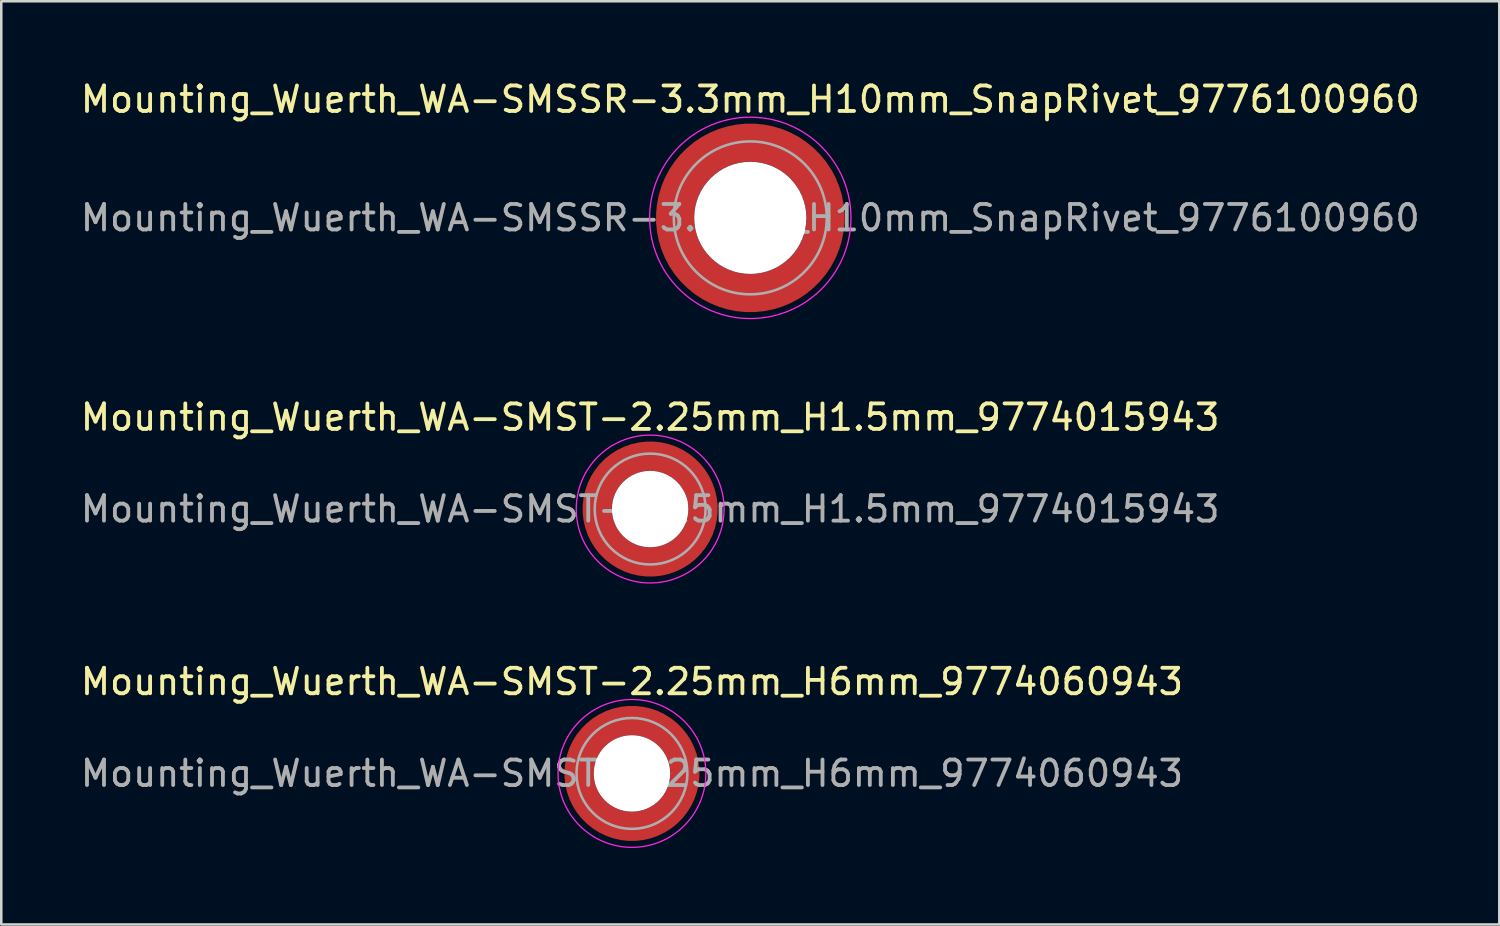
<source format=kicad_pcb>
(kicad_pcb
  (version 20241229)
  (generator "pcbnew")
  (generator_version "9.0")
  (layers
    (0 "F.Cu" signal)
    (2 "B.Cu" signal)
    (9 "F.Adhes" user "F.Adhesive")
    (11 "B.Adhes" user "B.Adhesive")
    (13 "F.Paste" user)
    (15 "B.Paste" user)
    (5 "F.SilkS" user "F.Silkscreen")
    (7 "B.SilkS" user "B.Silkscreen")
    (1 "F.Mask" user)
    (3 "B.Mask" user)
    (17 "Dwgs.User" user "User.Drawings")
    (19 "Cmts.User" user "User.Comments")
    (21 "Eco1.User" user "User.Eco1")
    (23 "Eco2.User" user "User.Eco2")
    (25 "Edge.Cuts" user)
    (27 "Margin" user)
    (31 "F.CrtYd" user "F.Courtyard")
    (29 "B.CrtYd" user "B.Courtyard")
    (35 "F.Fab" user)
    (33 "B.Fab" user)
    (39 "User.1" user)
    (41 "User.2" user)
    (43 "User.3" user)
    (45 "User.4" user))
  (footprint "Mounting_Wuerth_WA-SMST-2.25mm_H1.5mm_9774015943"
    (layer "F.Cu")
    (at 22.458 16.922)
    (property "Reference" "Mounting_Wuerth_WA-SMST-2.25mm_H1.5mm_9774015943" (at 0 -3.6 0) (layer "F.SilkS") (effects (font (size 1 1) (thickness 0.15))))
    (attr smd allow_soldermask_bridges)
    (fp_circle (center 0 0) (end 2.9 0) (stroke (width 0.05) (type solid)) (fill no) (layer "F.CrtYd"))
    (fp_circle (center 0 0) (end 2.175 0) (stroke (width 0.1) (type solid)) (fill no) (layer "F.Fab"))
    (fp_text user "${REFERENCE}" (at 0 0 0) (layer "F.Fab") (effects (font (size 1 1) (thickness 0.15))))
    (pad "" smd custom (at -1.453 -1.453) (size 0.505 0.505) (layers "F.Paste") (options (anchor circle)) (primitives (gr_arc (start -0.147677 1.053104) (mid 0.286378 0.286378) (end 1.053104 -0.147677) (width 0.2)) (gr_arc (start -0.240295 1.053104) (mid 0.222739 0.222739) (end 1.053104 -0.240295) (width 0.2)) (gr_arc (start -0.332645 1.053104) (mid 0.159099 0.159099) (end 1.053104 -0.332645) (width 0.2)) (gr_arc (start -0.424767 1.053104) (mid 0.095459 0.095459) (end 1.053104 -0.424767) (width 0.2)) (gr_arc (start -0.516693 1.053104) (mid 0.03182 0.03182) (end 1.053104 -0.516693) (width 0.2)) (gr_arc (start -0.608448 1.053104) (mid -0.03182 -0.03182) (end 1.053104 -0.608448) (width 0.2)) (gr_arc (start -0.700056 1.053104) (mid -0.095459 -0.095459) (end 1.053104 -0.700056) (width 0.2)) (gr_arc (start -0.791534 1.053104) (mid -0.159099 -0.159099) (end 1.053104 -0.791534) (width 0.2)) (gr_arc (start -0.882896 1.053104) (mid -0.222739 -0.222739) (end 1.053104 -0.882896) (width 0.2)) (gr_arc (start -0.974157 1.053104) (mid -0.286378 -0.286378) (end 1.053104 -0.974157) (width 0.2)) (gr_line (start 1.053 -0.148) (end 1.053 -0.974) (width 0.2)) (gr_line (start -0.148 1.053) (end -0.974 1.053) (width 0.2))))
    (pad "" smd custom (at -1.453 1.453) (size 0.505 0.505) (layers "F.Paste") (options (anchor circle)) (primitives (gr_arc (start 1.053104 0.147677) (mid 0.286378 -0.286378) (end -0.147677 -1.053104) (width 0.2)) (gr_arc (start 1.053104 0.240295) (mid 0.222739 -0.222739) (end -0.240295 -1.053104) (width 0.2)) (gr_arc (start 1.053104 0.332645) (mid 0.159099 -0.159099) (end -0.332645 -1.053104) (width 0.2)) (gr_arc (start 1.053104 0.424767) (mid 0.095459 -0.095459) (end -0.424767 -1.053104) (width 0.2)) (gr_arc (start 1.053104 0.516693) (mid 0.03182 -0.03182) (end -0.516693 -1.053104) (width 0.2)) (gr_arc (start 1.053104 0.608448) (mid -0.03182 0.03182) (end -0.608448 -1.053104) (width 0.2)) (gr_arc (start 1.053104 0.700056) (mid -0.095459 0.095459) (end -0.700056 -1.053104) (width 0.2)) (gr_arc (start 1.053104 0.791534) (mid -0.159099 0.159099) (end -0.791534 -1.053104) (width 0.2)) (gr_arc (start 1.053104 0.882896) (mid -0.222739 0.222739) (end -0.882896 -1.053104) (width 0.2)) (gr_arc (start 1.053104 0.974157) (mid -0.286378 0.286378) (end -0.974157 -1.053104) (width 0.2)) (gr_line (start -0.148 -1.053) (end -0.974 -1.053) (width 0.2)) (gr_line (start 1.053 0.148) (end 1.053 0.974) (width 0.2))))
    (pad "" np_thru_hole circle (at 0 0) (size 3 3) (drill 3) (layers "*.Cu" "*.Mask"))
    (pad "" smd custom (at 1.453 -1.453) (size 0.505 0.505) (layers "F.Paste") (options (anchor circle)) (primitives (gr_arc (start -1.053104 -0.147677) (mid -0.286378 0.286378) (end 0.147677 1.053104) (width 0.2)) (gr_arc (start -1.053104 -0.240295) (mid -0.222739 0.222739) (end 0.240295 1.053104) (width 0.2)) (gr_arc (start -1.053104 -0.332645) (mid -0.159099 0.159099) (end 0.332645 1.053104) (width 0.2)) (gr_arc (start -1.053104 -0.424767) (mid -0.095459 0.095459) (end 0.424767 1.053104) (width 0.2)) (gr_arc (start -1.053104 -0.516693) (mid -0.03182 0.03182) (end 0.516693 1.053104) (width 0.2)) (gr_arc (start -1.053104 -0.608448) (mid 0.03182 -0.03182) (end 0.608448 1.053104) (width 0.2)) (gr_arc (start -1.053104 -0.700056) (mid 0.095459 -0.095459) (end 0.700056 1.053104) (width 0.2)) (gr_arc (start -1.053104 -0.791534) (mid 0.159099 -0.159099) (end 0.791534 1.053104) (width 0.2)) (gr_arc (start -1.053104 -0.882896) (mid 0.222739 -0.222739) (end 0.882896 1.053104) (width 0.2)) (gr_arc (start -1.053104 -0.974157) (mid 0.286378 -0.286378) (end 0.974157 1.053104) (width 0.2)) (gr_line (start 0.148 1.053) (end 0.974 1.053) (width 0.2)) (gr_line (start -1.053 -0.148) (end -1.053 -0.974) (width 0.2))))
    (pad "" smd custom (at 1.453 1.453) (size 0.505 0.505) (layers "F.Paste") (options (anchor circle)) (primitives (gr_arc (start 0.147677 -1.053104) (mid -0.286378 -0.286378) (end -1.053104 0.147677) (width 0.2)) (gr_arc (start 0.240295 -1.053104) (mid -0.222739 -0.222739) (end -1.053104 0.240295) (width 0.2)) (gr_arc (start 0.332645 -1.053104) (mid -0.159099 -0.159099) (end -1.053104 0.332645) (width 0.2)) (gr_arc (start 0.424767 -1.053104) (mid -0.095459 -0.095459) (end -1.053104 0.424767) (width 0.2)) (gr_arc (start 0.516693 -1.053104) (mid -0.03182 -0.03182) (end -1.053104 0.516693) (width 0.2)) (gr_arc (start 0.608448 -1.053104) (mid 0.03182 0.03182) (end -1.053104 0.608448) (width 0.2)) (gr_arc (start 0.700056 -1.053104) (mid 0.095459 0.095459) (end -1.053104 0.700056) (width 0.2)) (gr_arc (start 0.791534 -1.053104) (mid 0.159099 0.159099) (end -1.053104 0.791534) (width 0.2)) (gr_arc (start 0.882896 -1.053104) (mid 0.222739 0.222739) (end -1.053104 0.882896) (width 0.2)) (gr_arc (start 0.974157 -1.053104) (mid 0.286378 0.286378) (end -1.053104 0.974157) (width 0.2)) (gr_line (start -1.053 0.148) (end -1.053 0.974) (width 0.2)) (gr_line (start 0.148 -1.053) (end 0.974 -1.053) (width 0.2))))
    (pad "1" smd circle (at -2.075 0) (size 0.642 0.642) (layers "F.Cu"))
    (pad "1" smd circle (at 0 -2.075) (size 0.642 0.642) (layers "F.Cu"))
    (pad "1" smd circle (at 0 2.075) (size 0.642 0.642) (layers "F.Cu"))
    (pad "1" smd custom (at 2.075 0) (size 1.15 1.15) (layers "F.Cu" "F.Mask") (options (anchor circle)) (primitives (gr_circle (center -2.075 0) (end 0 0) (width 1.15) (fill no)))))
  (footprint "Mounting_Wuerth_WA-SMSSR-3.3mm_H10mm_SnapRivet_9776100960"
    (layer "F.Cu")
    (at 26.387 5.498)
    (property "Reference" "Mounting_Wuerth_WA-SMSSR-3.3mm_H10mm_SnapRivet_9776100960" (at 0 -4.65 0) (layer "F.SilkS") (effects (font (size 1 1) (thickness 0.15))))
    (attr smd allow_soldermask_bridges)
    (fp_circle (center 0 0) (end 3.95 0) (stroke (width 0.05) (type solid)) (fill no) (layer "F.CrtYd"))
    (fp_circle (center 0 0) (end 3 0) (stroke (width 0.1) (type solid)) (fill no) (layer "F.Fab"))
    (fp_text user "${REFERENCE}" (at 0 0 0) (layer "F.Fab") (effects (font (size 1 1) (thickness 0.15))))
    (pad "" smd custom (at -2.077 -2.077) (size 0.698 0.698) (layers "F.Paste") (options (anchor circle)) (primitives (gr_arc (start -0.208831 1.577126) (mid 0.422496 0.422496) (end 1.577126 -0.208831) (width 0.2)) (gr_arc (start -0.310669 1.577126) (mid 0.35208 0.35208) (end 1.577126 -0.310669) (width 0.2)) (gr_arc (start -0.412325 1.577126) (mid 0.281664 0.281664) (end 1.577126 -0.412325) (width 0.2)) (gr_arc (start -0.51382 1.577126) (mid 0.211248 0.211248) (end 1.577126 -0.51382) (width 0.2)) (gr_arc (start -0.615172 1.577126) (mid 0.140832 0.140832) (end 1.577126 -0.615172) (width 0.2)) (gr_arc (start -0.716397 1.577126) (mid 0.070416 0.070416) (end 1.577126 -0.716397) (width 0.2)) (gr_arc (start -0.817508 1.577126) (mid 0 0) (end 1.577126 -0.817508) (width 0.2)) (gr_arc (start -0.918517 1.577126) (mid -0.070416 -0.070416) (end 1.577126 -0.918517) (width 0.2)) (gr_arc (start -1.019433 1.577126) (mid -0.140832 -0.140832) (end 1.577126 -1.019433) (width 0.2)) (gr_arc (start -1.120266 1.577126) (mid -0.211248 -0.211248) (end 1.577126 -1.120266) (width 0.2)) (gr_arc (start -1.221022 1.577126) (mid -0.281664 -0.281664) (end 1.577126 -1.221022) (width 0.2)) (gr_arc (start -1.32171 1.577126) (mid -0.35208 -0.35208) (end 1.577126 -1.32171) (width 0.2)) (gr_arc (start -1.422335 1.577126) (mid -0.422496 -0.422496) (end 1.577126 -1.422335) (width 0.2)) (gr_line (start 1.577 -0.209) (end 1.577 -1.422) (width 0.2)) (gr_line (start -0.209 1.577) (end -1.422 1.577) (width 0.2))))
    (pad "" smd custom (at -2.077 2.077) (size 0.698 0.698) (layers "F.Paste") (options (anchor circle)) (primitives (gr_arc (start 1.577126 0.208831) (mid 0.422496 -0.422496) (end -0.208831 -1.577126) (width 0.2)) (gr_arc (start 1.577126 0.310669) (mid 0.35208 -0.35208) (end -0.310669 -1.577126) (width 0.2)) (gr_arc (start 1.577126 0.412325) (mid 0.281664 -0.281664) (end -0.412325 -1.577126) (width 0.2)) (gr_arc (start 1.577126 0.51382) (mid 0.211248 -0.211248) (end -0.51382 -1.577126) (width 0.2)) (gr_arc (start 1.577126 0.615172) (mid 0.140832 -0.140832) (end -0.615172 -1.577126) (width 0.2)) (gr_arc (start 1.577126 0.716397) (mid 0.070416 -0.070416) (end -0.716397 -1.577126) (width 0.2)) (gr_arc (start 1.577126 0.817508) (mid 0 0) (end -0.817508 -1.577126) (width 0.2)) (gr_arc (start 1.577126 0.918517) (mid -0.070416 0.070416) (end -0.918517 -1.577126) (width 0.2)) (gr_arc (start 1.577126 1.019433) (mid -0.140832 0.140832) (end -1.019433 -1.577126) (width 0.2)) (gr_arc (start 1.577126 1.120266) (mid -0.211248 0.211248) (end -1.120266 -1.577126) (width 0.2)) (gr_arc (start 1.577126 1.221022) (mid -0.281664 0.281664) (end -1.221022 -1.577126) (width 0.2)) (gr_arc (start 1.577126 1.32171) (mid -0.35208 0.35208) (end -1.32171 -1.577126) (width 0.2)) (gr_arc (start 1.577126 1.422335) (mid -0.422496 0.422496) (end -1.422335 -1.577126) (width 0.2)) (gr_line (start -0.209 -1.577) (end -1.422 -1.577) (width 0.2)) (gr_line (start 1.577 0.209) (end 1.577 1.422) (width 0.2))))
    (pad "" np_thru_hole circle (at 0 0) (size 4.4 4.4) (drill 4.4) (layers "*.Cu" "*.Mask"))
    (pad "" smd custom (at 2.077 -2.077) (size 0.698 0.698) (layers "F.Paste") (options (anchor circle)) (primitives (gr_arc (start -1.577126 -0.208831) (mid -0.422496 0.422496) (end 0.208831 1.577126) (width 0.2)) (gr_arc (start -1.577126 -0.310669) (mid -0.35208 0.35208) (end 0.310669 1.577126) (width 0.2)) (gr_arc (start -1.577126 -0.412325) (mid -0.281664 0.281664) (end 0.412325 1.577126) (width 0.2)) (gr_arc (start -1.577126 -0.51382) (mid -0.211248 0.211248) (end 0.51382 1.577126) (width 0.2)) (gr_arc (start -1.577126 -0.615172) (mid -0.140832 0.140832) (end 0.615172 1.577126) (width 0.2)) (gr_arc (start -1.577126 -0.716397) (mid -0.070416 0.070416) (end 0.716397 1.577126) (width 0.2)) (gr_arc (start -1.577126 -0.817508) (mid 0 0) (end 0.817508 1.577126) (width 0.2)) (gr_arc (start -1.577126 -0.918517) (mid 0.070416 -0.070416) (end 0.918517 1.577126) (width 0.2)) (gr_arc (start -1.577126 -1.019433) (mid 0.140832 -0.140832) (end 1.019433 1.577126) (width 0.2)) (gr_arc (start -1.577126 -1.120266) (mid 0.211248 -0.211248) (end 1.120266 1.577126) (width 0.2)) (gr_arc (start -1.577126 -1.221022) (mid 0.281664 -0.281664) (end 1.221022 1.577126) (width 0.2)) (gr_arc (start -1.577126 -1.32171) (mid 0.35208 -0.35208) (end 1.32171 1.577126) (width 0.2)) (gr_arc (start -1.577126 -1.422335) (mid 0.422496 -0.422496) (end 1.422335 1.577126) (width 0.2)) (gr_line (start 0.209 1.577) (end 1.422 1.577) (width 0.2)) (gr_line (start -1.577 -0.209) (end -1.577 -1.422) (width 0.2))))
    (pad "" smd custom (at 2.077 2.077) (size 0.698 0.698) (layers "F.Paste") (options (anchor circle)) (primitives (gr_arc (start 0.208831 -1.577126) (mid -0.422496 -0.422496) (end -1.577126 0.208831) (width 0.2)) (gr_arc (start 0.310669 -1.577126) (mid -0.35208 -0.35208) (end -1.577126 0.310669) (width 0.2)) (gr_arc (start 0.412325 -1.577126) (mid -0.281664 -0.281664) (end -1.577126 0.412325) (width 0.2)) (gr_arc (start 0.51382 -1.577126) (mid -0.211248 -0.211248) (end -1.577126 0.51382) (width 0.2)) (gr_arc (start 0.615172 -1.577126) (mid -0.140832 -0.140832) (end -1.577126 0.615172) (width 0.2)) (gr_arc (start 0.716397 -1.577126) (mid -0.070416 -0.070416) (end -1.577126 0.716397) (width 0.2)) (gr_arc (start 0.817508 -1.577126) (mid 0 0) (end -1.577126 0.817508) (width 0.2)) (gr_arc (start 0.918517 -1.577126) (mid 0.070416 0.070416) (end -1.577126 0.918517) (width 0.2)) (gr_arc (start 1.019433 -1.577126) (mid 0.140832 0.140832) (end -1.577126 1.019433) (width 0.2)) (gr_arc (start 1.120266 -1.577126) (mid 0.211248 0.211248) (end -1.577126 1.120266) (width 0.2)) (gr_arc (start 1.221022 -1.577126) (mid 0.281664 0.281664) (end -1.577126 1.221022) (width 0.2)) (gr_arc (start 1.32171 -1.577126) (mid 0.35208 0.35208) (end -1.577126 1.32171) (width 0.2)) (gr_arc (start 1.422335 -1.577126) (mid 0.422496 0.422496) (end -1.577126 1.422335) (width 0.2)) (gr_line (start -1.577 0.209) (end -1.577 1.422) (width 0.2)) (gr_line (start 0.209 -1.577) (end 1.422 -1.577) (width 0.2))))
    (pad "1" smd circle (at -2.95 0) (size 0.992 0.992) (layers "F.Cu"))
    (pad "1" smd circle (at 0 -2.95) (size 0.992 0.992) (layers "F.Cu"))
    (pad "1" smd circle (at 0 2.95) (size 0.992 0.992) (layers "F.Cu"))
    (pad "1" smd custom (at 2.95 0) (size 1.5 1.5) (layers "F.Cu" "F.Mask") (options (anchor circle)) (primitives (gr_circle (center -2.95 0) (end 0 0) (width 1.5) (fill no)))))
  (footprint "Mounting_Wuerth_WA-SMST-2.25mm_H6mm_9774060943"
    (layer "F.Cu")
    (at 21.744 27.295)
    (property "Reference" "Mounting_Wuerth_WA-SMST-2.25mm_H6mm_9774060943" (at 0 -3.6 0) (layer "F.SilkS") (effects (font (size 1 1) (thickness 0.15))))
    (attr smd allow_soldermask_bridges)
    (fp_circle (center 0 0) (end 2.9 0) (stroke (width 0.05) (type solid)) (fill no) (layer "F.CrtYd"))
    (fp_circle (center 0 0) (end 2.175 0) (stroke (width 0.1) (type solid)) (fill no) (layer "F.Fab"))
    (fp_text user "${REFERENCE}" (at 0 0 0) (layer "F.Fab") (effects (font (size 1 1) (thickness 0.15))))
    (pad "" smd custom (at -1.453 -1.453) (size 0.505 0.505) (layers "F.Paste") (options (anchor circle)) (primitives (gr_arc (start -0.147677 1.053104) (mid 0.286378 0.286378) (end 1.053104 -0.147677) (width 0.2)) (gr_arc (start -0.240295 1.053104) (mid 0.222739 0.222739) (end 1.053104 -0.240295) (width 0.2)) (gr_arc (start -0.332645 1.053104) (mid 0.159099 0.159099) (end 1.053104 -0.332645) (width 0.2)) (gr_arc (start -0.424767 1.053104) (mid 0.095459 0.095459) (end 1.053104 -0.424767) (width 0.2)) (gr_arc (start -0.516693 1.053104) (mid 0.03182 0.03182) (end 1.053104 -0.516693) (width 0.2)) (gr_arc (start -0.608448 1.053104) (mid -0.03182 -0.03182) (end 1.053104 -0.608448) (width 0.2)) (gr_arc (start -0.700056 1.053104) (mid -0.095459 -0.095459) (end 1.053104 -0.700056) (width 0.2)) (gr_arc (start -0.791534 1.053104) (mid -0.159099 -0.159099) (end 1.053104 -0.791534) (width 0.2)) (gr_arc (start -0.882896 1.053104) (mid -0.222739 -0.222739) (end 1.053104 -0.882896) (width 0.2)) (gr_arc (start -0.974157 1.053104) (mid -0.286378 -0.286378) (end 1.053104 -0.974157) (width 0.2)) (gr_line (start 1.053 -0.148) (end 1.053 -0.974) (width 0.2)) (gr_line (start -0.148 1.053) (end -0.974 1.053) (width 0.2))))
    (pad "" smd custom (at -1.453 1.453) (size 0.505 0.505) (layers "F.Paste") (options (anchor circle)) (primitives (gr_arc (start 1.053104 0.147677) (mid 0.286378 -0.286378) (end -0.147677 -1.053104) (width 0.2)) (gr_arc (start 1.053104 0.240295) (mid 0.222739 -0.222739) (end -0.240295 -1.053104) (width 0.2)) (gr_arc (start 1.053104 0.332645) (mid 0.159099 -0.159099) (end -0.332645 -1.053104) (width 0.2)) (gr_arc (start 1.053104 0.424767) (mid 0.095459 -0.095459) (end -0.424767 -1.053104) (width 0.2)) (gr_arc (start 1.053104 0.516693) (mid 0.03182 -0.03182) (end -0.516693 -1.053104) (width 0.2)) (gr_arc (start 1.053104 0.608448) (mid -0.03182 0.03182) (end -0.608448 -1.053104) (width 0.2)) (gr_arc (start 1.053104 0.700056) (mid -0.095459 0.095459) (end -0.700056 -1.053104) (width 0.2)) (gr_arc (start 1.053104 0.791534) (mid -0.159099 0.159099) (end -0.791534 -1.053104) (width 0.2)) (gr_arc (start 1.053104 0.882896) (mid -0.222739 0.222739) (end -0.882896 -1.053104) (width 0.2)) (gr_arc (start 1.053104 0.974157) (mid -0.286378 0.286378) (end -0.974157 -1.053104) (width 0.2)) (gr_line (start -0.148 -1.053) (end -0.974 -1.053) (width 0.2)) (gr_line (start 1.053 0.148) (end 1.053 0.974) (width 0.2))))
    (pad "" np_thru_hole circle (at 0 0) (size 3 3) (drill 3) (layers "*.Cu" "*.Mask"))
    (pad "" smd custom (at 1.453 -1.453) (size 0.505 0.505) (layers "F.Paste") (options (anchor circle)) (primitives (gr_arc (start -1.053104 -0.147677) (mid -0.286378 0.286378) (end 0.147677 1.053104) (width 0.2)) (gr_arc (start -1.053104 -0.240295) (mid -0.222739 0.222739) (end 0.240295 1.053104) (width 0.2)) (gr_arc (start -1.053104 -0.332645) (mid -0.159099 0.159099) (end 0.332645 1.053104) (width 0.2)) (gr_arc (start -1.053104 -0.424767) (mid -0.095459 0.095459) (end 0.424767 1.053104) (width 0.2)) (gr_arc (start -1.053104 -0.516693) (mid -0.03182 0.03182) (end 0.516693 1.053104) (width 0.2)) (gr_arc (start -1.053104 -0.608448) (mid 0.03182 -0.03182) (end 0.608448 1.053104) (width 0.2)) (gr_arc (start -1.053104 -0.700056) (mid 0.095459 -0.095459) (end 0.700056 1.053104) (width 0.2)) (gr_arc (start -1.053104 -0.791534) (mid 0.159099 -0.159099) (end 0.791534 1.053104) (width 0.2)) (gr_arc (start -1.053104 -0.882896) (mid 0.222739 -0.222739) (end 0.882896 1.053104) (width 0.2)) (gr_arc (start -1.053104 -0.974157) (mid 0.286378 -0.286378) (end 0.974157 1.053104) (width 0.2)) (gr_line (start 0.148 1.053) (end 0.974 1.053) (width 0.2)) (gr_line (start -1.053 -0.148) (end -1.053 -0.974) (width 0.2))))
    (pad "" smd custom (at 1.453 1.453) (size 0.505 0.505) (layers "F.Paste") (options (anchor circle)) (primitives (gr_arc (start 0.147677 -1.053104) (mid -0.286378 -0.286378) (end -1.053104 0.147677) (width 0.2)) (gr_arc (start 0.240295 -1.053104) (mid -0.222739 -0.222739) (end -1.053104 0.240295) (width 0.2)) (gr_arc (start 0.332645 -1.053104) (mid -0.159099 -0.159099) (end -1.053104 0.332645) (width 0.2)) (gr_arc (start 0.424767 -1.053104) (mid -0.095459 -0.095459) (end -1.053104 0.424767) (width 0.2)) (gr_arc (start 0.516693 -1.053104) (mid -0.03182 -0.03182) (end -1.053104 0.516693) (width 0.2)) (gr_arc (start 0.608448 -1.053104) (mid 0.03182 0.03182) (end -1.053104 0.608448) (width 0.2)) (gr_arc (start 0.700056 -1.053104) (mid 0.095459 0.095459) (end -1.053104 0.700056) (width 0.2)) (gr_arc (start 0.791534 -1.053104) (mid 0.159099 0.159099) (end -1.053104 0.791534) (width 0.2)) (gr_arc (start 0.882896 -1.053104) (mid 0.222739 0.222739) (end -1.053104 0.882896) (width 0.2)) (gr_arc (start 0.974157 -1.053104) (mid 0.286378 0.286378) (end -1.053104 0.974157) (width 0.2)) (gr_line (start -1.053 0.148) (end -1.053 0.974) (width 0.2)) (gr_line (start 0.148 -1.053) (end 0.974 -1.053) (width 0.2))))
    (pad "1" smd circle (at -2.075 0) (size 0.642 0.642) (layers "F.Cu"))
    (pad "1" smd circle (at 0 -2.075) (size 0.642 0.642) (layers "F.Cu"))
    (pad "1" smd circle (at 0 2.075) (size 0.642 0.642) (layers "F.Cu"))
    (pad "1" smd custom (at 2.075 0) (size 1.15 1.15) (layers "F.Cu" "F.Mask") (options (anchor circle)) (primitives (gr_circle (center -2.075 0) (end 0 0) (width 1.15) (fill no)))))
  (gr_rect
    (start -3 -3)
    (end 55.774 33.22)
    (stroke (width 0.1) (type default))
    (fill no)
    (layer "Edge.Cuts")))
</source>
